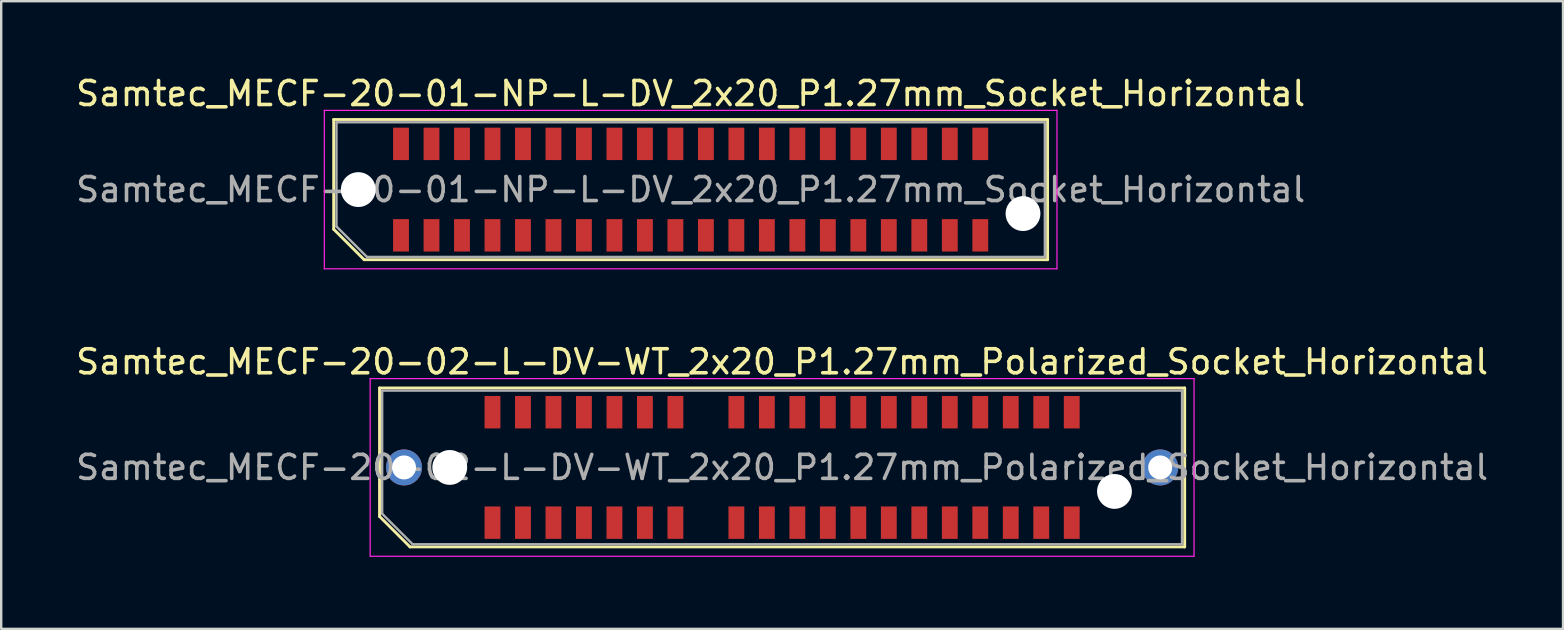
<source format=kicad_pcb>
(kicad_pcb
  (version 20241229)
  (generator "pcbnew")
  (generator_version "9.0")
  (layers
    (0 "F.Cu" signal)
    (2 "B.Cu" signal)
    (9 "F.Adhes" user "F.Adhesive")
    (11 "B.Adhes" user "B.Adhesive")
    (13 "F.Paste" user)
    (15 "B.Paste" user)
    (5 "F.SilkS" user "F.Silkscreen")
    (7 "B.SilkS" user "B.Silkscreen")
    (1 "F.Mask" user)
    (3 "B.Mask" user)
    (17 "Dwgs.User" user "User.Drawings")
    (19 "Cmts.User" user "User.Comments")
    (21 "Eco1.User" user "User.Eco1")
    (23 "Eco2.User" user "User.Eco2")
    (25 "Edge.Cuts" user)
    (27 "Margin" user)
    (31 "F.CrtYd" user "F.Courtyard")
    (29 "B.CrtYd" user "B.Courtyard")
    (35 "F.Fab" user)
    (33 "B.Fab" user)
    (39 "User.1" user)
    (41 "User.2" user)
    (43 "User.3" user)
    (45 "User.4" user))
  (footprint "Samtec_MECF-20-01-NP-L-DV_2x20_P1.27mm_Socket_Horizontal"
    (layer "F.Cu")
    (at 25.72 4.848)
    (property "Reference" "Samtec_MECF-20-01-NP-L-DV_2x20_P1.27mm_Socket_Horizontal" (at 0 -4 0) (layer "F.SilkS") (effects (font (size 1 1) (thickness 0.15))))
    (attr smd)
    (fp_line (start -14.87 -2.92) (end 14.87 -2.92) (stroke (width 0.12) (type solid)) (layer "F.SilkS"))
    (fp_line (start -14.87 1.65) (end -14.87 -2.92) (stroke (width 0.12) (type solid)) (layer "F.SilkS"))
    (fp_line (start -13.6 2.92) (end -14.87 1.65) (stroke (width 0.12) (type solid)) (layer "F.SilkS"))
    (fp_line (start -13.6 2.92) (end 14.87 2.92) (stroke (width 0.12) (type solid)) (layer "F.SilkS"))
    (fp_line (start 14.87 2.92) (end 14.87 -2.92) (stroke (width 0.12) (type solid)) (layer "F.SilkS"))
    (fp_line (start -15.26 -3.3) (end -15.26 3.3) (stroke (width 0.05) (type solid)) (layer "F.CrtYd"))
    (fp_line (start -15.26 3.3) (end 15.26 3.3) (stroke (width 0.05) (type solid)) (layer "F.CrtYd"))
    (fp_line (start 15.26 -3.3) (end -15.26 -3.3) (stroke (width 0.05) (type solid)) (layer "F.CrtYd"))
    (fp_line (start 15.26 3.3) (end 15.26 -3.3) (stroke (width 0.05) (type solid)) (layer "F.CrtYd"))
    (fp_line (start -14.755 -2.805) (end 14.755 -2.805) (stroke (width 0.1) (type solid)) (layer "F.Fab"))
    (fp_line (start -14.755 1.535) (end -14.755 -2.805) (stroke (width 0.1) (type solid)) (layer "F.Fab"))
    (fp_line (start -14.755 1.535) (end -13.485 2.805) (stroke (width 0.1) (type solid)) (layer "F.Fab"))
    (fp_line (start -13.485 2.805) (end 14.755 2.805) (stroke (width 0.1) (type solid)) (layer "F.Fab"))
    (fp_line (start 14.755 2.805) (end 14.755 -2.805) (stroke (width 0.1) (type solid)) (layer "F.Fab"))
    (fp_text user "${REFERENCE}" (at 0 0 0) (layer "F.Fab") (effects (font (size 1 1) (thickness 0.15))))
    (pad "" np_thru_hole circle (at -13.845 0) (size 1.45 1.45) (drill 1.45) (layers "*.Cu" "*.Mask"))
    (pad "" np_thru_hole circle (at 13.845 1) (size 1.45 1.45) (drill 1.45) (layers "*.Cu" "*.Mask"))
    (pad "1" smd rect (at -12.065 1.905) (size 0.66 1.35) (layers "F.Cu" "F.Mask" "F.Paste"))
    (pad "2" smd rect (at -12.065 -1.905) (size 0.66 1.35) (layers "F.Cu" "F.Mask" "F.Paste"))
    (pad "3" smd rect (at -10.795 1.905) (size 0.66 1.35) (layers "F.Cu" "F.Mask" "F.Paste"))
    (pad "4" smd rect (at -10.795 -1.905) (size 0.66 1.35) (layers "F.Cu" "F.Mask" "F.Paste"))
    (pad "5" smd rect (at -9.525 1.905) (size 0.66 1.35) (layers "F.Cu" "F.Mask" "F.Paste"))
    (pad "6" smd rect (at -9.525 -1.905) (size 0.66 1.35) (layers "F.Cu" "F.Mask" "F.Paste"))
    (pad "7" smd rect (at -8.255 1.905) (size 0.66 1.35) (layers "F.Cu" "F.Mask" "F.Paste"))
    (pad "8" smd rect (at -8.255 -1.905) (size 0.66 1.35) (layers "F.Cu" "F.Mask" "F.Paste"))
    (pad "9" smd rect (at -6.985 1.905) (size 0.66 1.35) (layers "F.Cu" "F.Mask" "F.Paste"))
    (pad "10" smd rect (at -6.985 -1.905) (size 0.66 1.35) (layers "F.Cu" "F.Mask" "F.Paste"))
    (pad "11" smd rect (at -5.715 1.905) (size 0.66 1.35) (layers "F.Cu" "F.Mask" "F.Paste"))
    (pad "12" smd rect (at -5.715 -1.905) (size 0.66 1.35) (layers "F.Cu" "F.Mask" "F.Paste"))
    (pad "13" smd rect (at -4.445 1.905) (size 0.66 1.35) (layers "F.Cu" "F.Mask" "F.Paste"))
    (pad "14" smd rect (at -4.445 -1.905) (size 0.66 1.35) (layers "F.Cu" "F.Mask" "F.Paste"))
    (pad "15" smd rect (at -3.175 1.905) (size 0.66 1.35) (layers "F.Cu" "F.Mask" "F.Paste"))
    (pad "16" smd rect (at -3.175 -1.905) (size 0.66 1.35) (layers "F.Cu" "F.Mask" "F.Paste"))
    (pad "17" smd rect (at -1.905 1.905) (size 0.66 1.35) (layers "F.Cu" "F.Mask" "F.Paste"))
    (pad "18" smd rect (at -1.905 -1.905) (size 0.66 1.35) (layers "F.Cu" "F.Mask" "F.Paste"))
    (pad "19" smd rect (at -0.635 1.905) (size 0.66 1.35) (layers "F.Cu" "F.Mask" "F.Paste"))
    (pad "20" smd rect (at -0.635 -1.905) (size 0.66 1.35) (layers "F.Cu" "F.Mask" "F.Paste"))
    (pad "21" smd rect (at 0.635 1.905) (size 0.66 1.35) (layers "F.Cu" "F.Mask" "F.Paste"))
    (pad "22" smd rect (at 0.635 -1.905) (size 0.66 1.35) (layers "F.Cu" "F.Mask" "F.Paste"))
    (pad "23" smd rect (at 1.905 1.905) (size 0.66 1.35) (layers "F.Cu" "F.Mask" "F.Paste"))
    (pad "24" smd rect (at 1.905 -1.905) (size 0.66 1.35) (layers "F.Cu" "F.Mask" "F.Paste"))
    (pad "25" smd rect (at 3.175 1.905) (size 0.66 1.35) (layers "F.Cu" "F.Mask" "F.Paste"))
    (pad "26" smd rect (at 3.175 -1.905) (size 0.66 1.35) (layers "F.Cu" "F.Mask" "F.Paste"))
    (pad "27" smd rect (at 4.445 1.905) (size 0.66 1.35) (layers "F.Cu" "F.Mask" "F.Paste"))
    (pad "28" smd rect (at 4.445 -1.905) (size 0.66 1.35) (layers "F.Cu" "F.Mask" "F.Paste"))
    (pad "29" smd rect (at 5.715 1.905) (size 0.66 1.35) (layers "F.Cu" "F.Mask" "F.Paste"))
    (pad "30" smd rect (at 5.715 -1.905) (size 0.66 1.35) (layers "F.Cu" "F.Mask" "F.Paste"))
    (pad "31" smd rect (at 6.985 1.905) (size 0.66 1.35) (layers "F.Cu" "F.Mask" "F.Paste"))
    (pad "32" smd rect (at 6.985 -1.905) (size 0.66 1.35) (layers "F.Cu" "F.Mask" "F.Paste"))
    (pad "33" smd rect (at 8.255 1.905) (size 0.66 1.35) (layers "F.Cu" "F.Mask" "F.Paste"))
    (pad "34" smd rect (at 8.255 -1.905) (size 0.66 1.35) (layers "F.Cu" "F.Mask" "F.Paste"))
    (pad "35" smd rect (at 9.525 1.905) (size 0.66 1.35) (layers "F.Cu" "F.Mask" "F.Paste"))
    (pad "36" smd rect (at 9.525 -1.905) (size 0.66 1.35) (layers "F.Cu" "F.Mask" "F.Paste"))
    (pad "37" smd rect (at 10.795 1.905) (size 0.66 1.35) (layers "F.Cu" "F.Mask" "F.Paste"))
    (pad "38" smd rect (at 10.795 -1.905) (size 0.66 1.35) (layers "F.Cu" "F.Mask" "F.Paste"))
    (pad "39" smd rect (at 12.065 1.905) (size 0.66 1.35) (layers "F.Cu" "F.Mask" "F.Paste"))
    (pad "40" smd rect (at 12.065 -1.905) (size 0.66 1.35) (layers "F.Cu" "F.Mask" "F.Paste")))
  (footprint "Samtec_MECF-20-02-L-DV-WT_2x20_P1.27mm_Polarized_Socket_Horizontal"
    (layer "F.Cu")
    (at 29.53 16.422)
    (property "Reference" "Samtec_MECF-20-02-L-DV-WT_2x20_P1.27mm_Polarized_Socket_Horizontal" (at 0 -4.4 0) (layer "F.SilkS") (effects (font (size 1 1) (thickness 0.15))))
    (attr smd)
    (fp_line (start -16.77 -3.31) (end 16.77 -3.31) (stroke (width 0.12) (type solid)) (layer "F.SilkS"))
    (fp_line (start -16.77 2.04) (end -16.77 -3.31) (stroke (width 0.12) (type solid)) (layer "F.SilkS"))
    (fp_line (start -15.5 3.31) (end -16.77 2.04) (stroke (width 0.12) (type solid)) (layer "F.SilkS"))
    (fp_line (start -15.5 3.31) (end 16.77 3.31) (stroke (width 0.12) (type solid)) (layer "F.SilkS"))
    (fp_line (start 16.77 3.31) (end 16.77 -3.31) (stroke (width 0.12) (type solid)) (layer "F.SilkS"))
    (fp_line (start -17.16 -3.7) (end -17.16 3.7) (stroke (width 0.05) (type solid)) (layer "F.CrtYd"))
    (fp_line (start -17.16 3.7) (end 17.16 3.7) (stroke (width 0.05) (type solid)) (layer "F.CrtYd"))
    (fp_line (start 17.16 -3.7) (end -17.16 -3.7) (stroke (width 0.05) (type solid)) (layer "F.CrtYd"))
    (fp_line (start 17.16 3.7) (end 17.16 -3.7) (stroke (width 0.05) (type solid)) (layer "F.CrtYd"))
    (fp_line (start -16.66 -3.2) (end 16.66 -3.2) (stroke (width 0.1) (type solid)) (layer "F.Fab"))
    (fp_line (start -16.66 1.93) (end -16.66 -3.2) (stroke (width 0.1) (type solid)) (layer "F.Fab"))
    (fp_line (start -16.66 1.93) (end -15.39 3.2) (stroke (width 0.1) (type solid)) (layer "F.Fab"))
    (fp_line (start -15.39 3.2) (end 16.66 3.2) (stroke (width 0.1) (type solid)) (layer "F.Fab"))
    (fp_line (start 16.66 3.2) (end 16.66 -3.2) (stroke (width 0.1) (type solid)) (layer "F.Fab"))
    (fp_text user "${REFERENCE}" (at 0 0 0) (layer "F.Fab") (effects (font (size 1 1) (thickness 0.15))))
    (pad "" thru_hole circle (at -15.75 0) (size 1.5 1.5) (drill 1) (layers "*.Cu" "*.Mask"))
    (pad "" np_thru_hole circle (at -13.845 0) (size 1.45 1.45) (drill 1.45) (layers "*.Cu" "*.Mask"))
    (pad "" np_thru_hole circle (at 13.845 1) (size 1.45 1.45) (drill 1.45) (layers "*.Cu" "*.Mask"))
    (pad "" thru_hole circle (at 15.75 0) (size 1.5 1.5) (drill 1) (layers "*.Cu" "*.Mask"))
    (pad "1" smd rect (at -12.065 2.3) (size 0.66 1.35) (layers "F.Cu" "F.Mask" "F.Paste"))
    (pad "2" smd rect (at -12.065 -2.3) (size 0.66 1.35) (layers "F.Cu" "F.Mask" "F.Paste"))
    (pad "3" smd rect (at -10.795 2.3) (size 0.66 1.35) (layers "F.Cu" "F.Mask" "F.Paste"))
    (pad "4" smd rect (at -10.795 -2.3) (size 0.66 1.35) (layers "F.Cu" "F.Mask" "F.Paste"))
    (pad "5" smd rect (at -9.525 2.3) (size 0.66 1.35) (layers "F.Cu" "F.Mask" "F.Paste"))
    (pad "6" smd rect (at -9.525 -2.3) (size 0.66 1.35) (layers "F.Cu" "F.Mask" "F.Paste"))
    (pad "7" smd rect (at -8.255 2.3) (size 0.66 1.35) (layers "F.Cu" "F.Mask" "F.Paste"))
    (pad "8" smd rect (at -8.255 -2.3) (size 0.66 1.35) (layers "F.Cu" "F.Mask" "F.Paste"))
    (pad "9" smd rect (at -6.985 2.3) (size 0.66 1.35) (layers "F.Cu" "F.Mask" "F.Paste"))
    (pad "10" smd rect (at -6.985 -2.3) (size 0.66 1.35) (layers "F.Cu" "F.Mask" "F.Paste"))
    (pad "11" smd rect (at -5.715 2.3) (size 0.66 1.35) (layers "F.Cu" "F.Mask" "F.Paste"))
    (pad "12" smd rect (at -5.715 -2.3) (size 0.66 1.35) (layers "F.Cu" "F.Mask" "F.Paste"))
    (pad "13" smd rect (at -4.445 2.3) (size 0.66 1.35) (layers "F.Cu" "F.Mask" "F.Paste"))
    (pad "14" smd rect (at -4.445 -2.3) (size 0.66 1.35) (layers "F.Cu" "F.Mask" "F.Paste"))
    (pad "17" smd rect (at -1.905 2.3) (size 0.66 1.35) (layers "F.Cu" "F.Mask" "F.Paste"))
    (pad "18" smd rect (at -1.905 -2.3) (size 0.66 1.35) (layers "F.Cu" "F.Mask" "F.Paste"))
    (pad "19" smd rect (at -0.635 2.3) (size 0.66 1.35) (layers "F.Cu" "F.Mask" "F.Paste"))
    (pad "20" smd rect (at -0.635 -2.3) (size 0.66 1.35) (layers "F.Cu" "F.Mask" "F.Paste"))
    (pad "21" smd rect (at 0.635 2.3) (size 0.66 1.35) (layers "F.Cu" "F.Mask" "F.Paste"))
    (pad "22" smd rect (at 0.635 -2.3) (size 0.66 1.35) (layers "F.Cu" "F.Mask" "F.Paste"))
    (pad "23" smd rect (at 1.905 2.3) (size 0.66 1.35) (layers "F.Cu" "F.Mask" "F.Paste"))
    (pad "24" smd rect (at 1.905 -2.3) (size 0.66 1.35) (layers "F.Cu" "F.Mask" "F.Paste"))
    (pad "25" smd rect (at 3.175 2.3) (size 0.66 1.35) (layers "F.Cu" "F.Mask" "F.Paste"))
    (pad "26" smd rect (at 3.175 -2.3) (size 0.66 1.35) (layers "F.Cu" "F.Mask" "F.Paste"))
    (pad "27" smd rect (at 4.445 2.3) (size 0.66 1.35) (layers "F.Cu" "F.Mask" "F.Paste"))
    (pad "28" smd rect (at 4.445 -2.3) (size 0.66 1.35) (layers "F.Cu" "F.Mask" "F.Paste"))
    (pad "29" smd rect (at 5.715 2.3) (size 0.66 1.35) (layers "F.Cu" "F.Mask" "F.Paste"))
    (pad "30" smd rect (at 5.715 -2.3) (size 0.66 1.35) (layers "F.Cu" "F.Mask" "F.Paste"))
    (pad "31" smd rect (at 6.985 2.3) (size 0.66 1.35) (layers "F.Cu" "F.Mask" "F.Paste"))
    (pad "32" smd rect (at 6.985 -2.3) (size 0.66 1.35) (layers "F.Cu" "F.Mask" "F.Paste"))
    (pad "33" smd rect (at 8.255 2.3) (size 0.66 1.35) (layers "F.Cu" "F.Mask" "F.Paste"))
    (pad "34" smd rect (at 8.255 -2.3) (size 0.66 1.35) (layers "F.Cu" "F.Mask" "F.Paste"))
    (pad "35" smd rect (at 9.525 2.3) (size 0.66 1.35) (layers "F.Cu" "F.Mask" "F.Paste"))
    (pad "36" smd rect (at 9.525 -2.3) (size 0.66 1.35) (layers "F.Cu" "F.Mask" "F.Paste"))
    (pad "37" smd rect (at 10.795 2.3) (size 0.66 1.35) (layers "F.Cu" "F.Mask" "F.Paste"))
    (pad "38" smd rect (at 10.795 -2.3) (size 0.66 1.35) (layers "F.Cu" "F.Mask" "F.Paste"))
    (pad "39" smd rect (at 12.065 2.3) (size 0.66 1.35) (layers "F.Cu" "F.Mask" "F.Paste"))
    (pad "40" smd rect (at 12.065 -2.3) (size 0.66 1.35) (layers "F.Cu" "F.Mask" "F.Paste")))
  (gr_rect
    (start -3 -3)
    (end 62.06 23.146)
    (stroke (width 0.1) (type default))
    (fill no)
    (layer "Edge.Cuts")))
</source>
